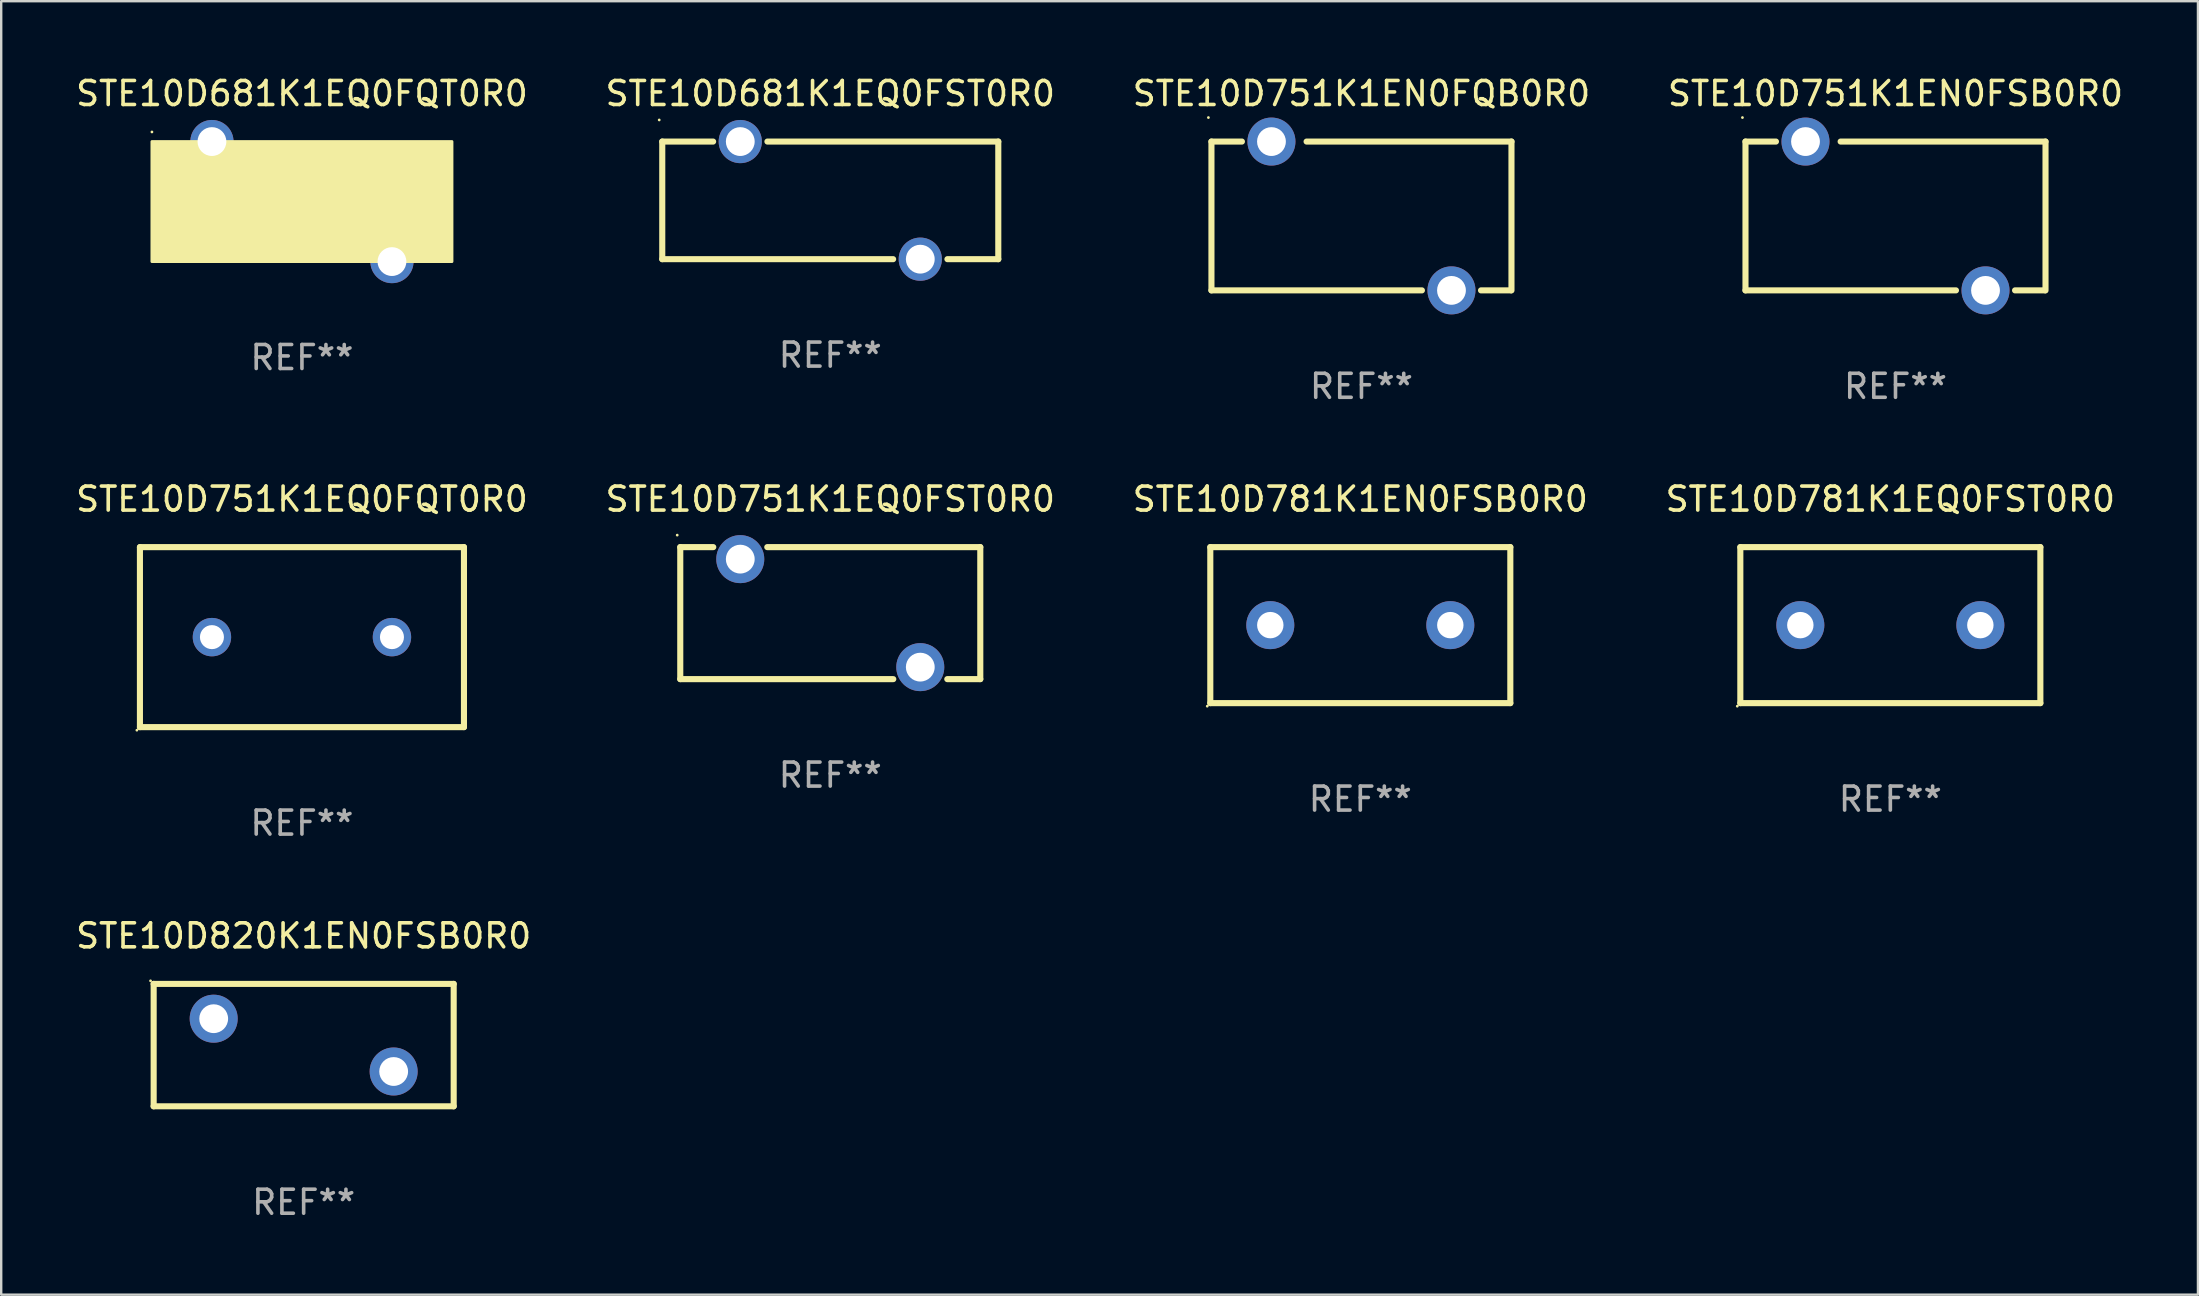
<source format=kicad_pcb>
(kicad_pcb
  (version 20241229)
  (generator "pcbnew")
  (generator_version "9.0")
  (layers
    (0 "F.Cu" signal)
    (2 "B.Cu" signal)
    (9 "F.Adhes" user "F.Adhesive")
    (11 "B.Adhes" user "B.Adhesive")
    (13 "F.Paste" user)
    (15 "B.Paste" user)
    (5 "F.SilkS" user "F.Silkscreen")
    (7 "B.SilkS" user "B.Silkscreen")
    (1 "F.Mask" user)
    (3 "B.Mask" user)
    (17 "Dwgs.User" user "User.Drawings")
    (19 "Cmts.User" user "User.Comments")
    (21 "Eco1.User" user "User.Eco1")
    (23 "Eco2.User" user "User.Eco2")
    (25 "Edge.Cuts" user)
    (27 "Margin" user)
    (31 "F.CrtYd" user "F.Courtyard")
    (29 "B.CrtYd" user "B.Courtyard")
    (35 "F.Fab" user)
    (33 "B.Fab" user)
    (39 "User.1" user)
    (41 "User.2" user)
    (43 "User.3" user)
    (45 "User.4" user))
  (footprint "STE10D751K1EN0FSB0R0"
    (layer "F.Cu")
    (at 75.923 5.948)
    (property "Reference" "STE10D751K1EN0FSB0R0" (at 0 -5.1 0) (layer "F.SilkS") (effects (font (size 1 1) (thickness 0.15))))
    (attr through_hole)
    (fp_line (start -6.25 -3.1) (end -6.25 3.1) (stroke (width 0.254) (type solid)) (layer "F.SilkS"))
    (fp_line (start -6.25 -3.1) (end -4.981 -3.1) (stroke (width 0.254) (type solid)) (layer "F.SilkS"))
    (fp_line (start -6.25 3.1) (end 2.519 3.1) (stroke (width 0.254) (type solid)) (layer "F.SilkS"))
    (fp_line (start 4.981 3.1) (end 6.223 3.1) (stroke (width 0.254) (type solid)) (layer "F.SilkS"))
    (fp_line (start 6.25 -3.1) (end -2.286 -3.1) (stroke (width 0.254) (type solid)) (layer "F.SilkS"))
    (fp_line (start 6.25 -3.1) (end 6.25 3.1) (stroke (width 0.254) (type solid)) (layer "F.SilkS"))
    (fp_circle (center -6.377 -4.1) (end -6.347 -4.1) (stroke (width 0.06) (type solid)) (fill no) (layer "F.SilkS"))
    (fp_text user "REF**" (at 0 7.1 0) (layer "F.Fab") (effects (font (size 1 1) (thickness 0.15))))
    (pad "1" thru_hole circle (at -3.75 -3.1) (size 2 2) (drill 1.2) (layers "*.Cu" "*.Mask"))
    (pad "2" thru_hole circle (at 3.75 3.1) (size 2 2) (drill 1.2) (layers "*.Cu" "*.Mask")))
  (footprint "STE10D751K1EQ0FST0R0"
    (layer "F.Cu")
    (at 31.542 22.495)
    (property "Reference" "STE10D751K1EQ0FST0R0" (at 0 -4.75 0) (layer "F.SilkS") (effects (font (size 1 1) (thickness 0.15))))
    (attr through_hole)
    (fp_line (start -6.25 -2.75) (end -4.875 -2.75) (stroke (width 0.254) (type solid)) (layer "F.SilkS"))
    (fp_line (start -6.25 2.75) (end -6.25 -2.75) (stroke (width 0.254) (type solid)) (layer "F.SilkS"))
    (fp_line (start -6.25 2.75) (end 2.625 2.75) (stroke (width 0.254) (type solid)) (layer "F.SilkS"))
    (fp_line (start -2.625 -2.75) (end 6.25 -2.75) (stroke (width 0.254) (type solid)) (layer "F.SilkS"))
    (fp_line (start 4.875 2.75) (end 6.25 2.75) (stroke (width 0.254) (type solid)) (layer "F.SilkS"))
    (fp_line (start 6.25 -2.75) (end 6.25 2.75) (stroke (width 0.254) (type solid)) (layer "F.SilkS"))
    (fp_circle (center -6.377 -3.25) (end -6.347 -3.25) (stroke (width 0.06) (type solid)) (fill no) (layer "F.SilkS"))
    (fp_text user "REF**" (at 0 6.75 0) (layer "F.Fab") (effects (font (size 1 1) (thickness 0.15))))
    (pad "1" thru_hole circle (at -3.75 -2.25) (size 2 2) (drill 1.2) (layers "*.Cu" "*.Mask"))
    (pad "2" thru_hole circle (at 3.75 2.25) (size 2 2) (drill 1.2) (layers "*.Cu" "*.Mask")))
  (footprint "STE10D751K1EQ0FQT0R0"
    (layer "F.Cu")
    (at 9.53 23.495)
    (property "Reference" "STE10D751K1EQ0FQT0R0" (at 0 -5.75 0) (layer "F.SilkS") (effects (font (size 1 1) (thickness 0.15))))
    (attr through_hole)
    (fp_line (start -6.75 -3.75) (end 6.75 -3.75) (stroke (width 0.254) (type solid)) (layer "F.SilkS"))
    (fp_line (start -6.75 3.75) (end -6.75 -3.75) (stroke (width 0.254) (type solid)) (layer "F.SilkS"))
    (fp_line (start 6.75 -3.75) (end 6.75 3.75) (stroke (width 0.254) (type solid)) (layer "F.SilkS"))
    (fp_line (start 6.75 3.75) (end -6.75 3.75) (stroke (width 0.254) (type solid)) (layer "F.SilkS"))
    (fp_circle (center -6.877 3.877) (end -6.847 3.877) (stroke (width 0.06) (type solid)) (fill no) (layer "F.SilkS"))
    (fp_text user "REF**" (at 0 7.75 0) (layer "F.Fab") (effects (font (size 1 1) (thickness 0.15))))
    (pad "1" thru_hole circle (at -3.75 0) (size 1.6 1.6) (drill 1) (layers "*.Cu" "*.Mask"))
    (pad "2" thru_hole circle (at 3.75 0) (size 1.6 1.6) (drill 1) (layers "*.Cu" "*.Mask")))
  (footprint "STE10D751K1EN0FQB0R0"
    (layer "F.Cu")
    (at 53.673 5.948)
    (property "Reference" "STE10D751K1EN0FQB0R0" (at 0 -5.1 0) (layer "F.SilkS") (effects (font (size 1 1) (thickness 0.15))))
    (attr through_hole)
    (fp_line (start -6.25 -3.1) (end -6.25 3.1) (stroke (width 0.254) (type solid)) (layer "F.SilkS"))
    (fp_line (start -6.25 -3.1) (end -4.981 -3.1) (stroke (width 0.254) (type solid)) (layer "F.SilkS"))
    (fp_line (start -6.25 3.1) (end 2.519 3.1) (stroke (width 0.254) (type solid)) (layer "F.SilkS"))
    (fp_line (start 4.981 3.1) (end 6.223 3.1) (stroke (width 0.254) (type solid)) (layer "F.SilkS"))
    (fp_line (start 6.25 -3.1) (end -2.286 -3.1) (stroke (width 0.254) (type solid)) (layer "F.SilkS"))
    (fp_line (start 6.25 -3.1) (end 6.25 3.1) (stroke (width 0.254) (type solid)) (layer "F.SilkS"))
    (fp_circle (center -6.377 -4.1) (end -6.347 -4.1) (stroke (width 0.06) (type solid)) (fill no) (layer "F.SilkS"))
    (fp_text user "REF**" (at 0 7.1 0) (layer "F.Fab") (effects (font (size 1 1) (thickness 0.15))))
    (pad "1" thru_hole circle (at -3.75 -3.1) (size 2 2) (drill 1.2) (layers "*.Cu" "*.Mask"))
    (pad "2" thru_hole circle (at 3.75 3.1) (size 2 2) (drill 1.2) (layers "*.Cu" "*.Mask")))
  (footprint "STE10D681K1EQ0FQT0R0"
    (layer "F.Cu")
    (at 9.53 5.348)
    (property "Reference" "STE10D681K1EQ0FQT0R0" (at 0 -4.5 0) (layer "F.SilkS") (effects (font (size 1 1) (thickness 0.15))))
    (attr through_hole)
    (fp_circle (center -6.25 -2.9) (end -6.22 -2.9) (stroke (width 0.06) (type solid)) (fill no) (layer "F.SilkS"))
    (fp_poly (pts (xy -6.25 -2.5) (xy 6.25 -2.5) (xy 6.25 2.5) (xy -6.25 2.5)) (stroke (width 0.12) (type solid)) (fill yes) (layer "F.SilkS"))
    (fp_text user "REF**" (at 0 6.5 0) (layer "F.Fab") (effects (font (size 1 1) (thickness 0.15))))
    (pad "1" thru_hole circle (at -3.75 -2.5) (size 1.8 1.8) (drill 1.2) (layers "*.Cu" "*.Mask"))
    (pad "2" thru_hole circle (at 3.75 2.5) (size 1.8 1.8) (drill 1.2) (layers "*.Cu" "*.Mask")))
  (footprint "STE10D820K1EN0FSB0R0"
    (layer "F.Cu")
    (at 9.601 40.492)
    (property "Reference" "STE10D820K1EN0FSB0R0" (at 0 -4.55 0) (layer "F.SilkS") (effects (font (size 1 1) (thickness 0.15))))
    (attr through_hole)
    (fp_line (start -6.249 -2.55) (end 6.251 -2.55) (stroke (width 0.254) (type solid)) (layer "F.SilkS"))
    (fp_line (start -6.249 2.55) (end -6.249 -2.55) (stroke (width 0.254) (type solid)) (layer "F.SilkS"))
    (fp_line (start 6.251 -2.55) (end 6.251 2.55) (stroke (width 0.254) (type solid)) (layer "F.SilkS"))
    (fp_line (start 6.251 2.55) (end -6.251 2.55) (stroke (width 0.254) (type solid)) (layer "F.SilkS"))
    (fp_circle (center -6.378 -2.677) (end -6.348 -2.677) (stroke (width 0.06) (type solid)) (fill no) (layer "F.SilkS"))
    (fp_text user "REF**" (at 0 6.55 0) (layer "F.Fab") (effects (font (size 1 1) (thickness 0.15))))
    (pad "1" thru_hole circle (at -3.748 -1.1) (size 2 2) (drill 1.2) (layers "*.Cu" "*.Mask"))
    (pad "2" thru_hole circle (at 3.75 1.1) (size 2 2) (drill 1.2) (layers "*.Cu" "*.Mask")))
  (footprint "STE10D681K1EQ0FST0R0"
    (layer "F.Cu")
    (at 31.542 5.298)
    (property "Reference" "STE10D681K1EQ0FST0R0" (at 0 -4.45 0) (layer "F.SilkS") (effects (font (size 1 1) (thickness 0.15))))
    (attr through_hole)
    (fp_line (start -7 -2.45) (end -4.881 -2.45) (stroke (width 0.254) (type solid)) (layer "F.SilkS"))
    (fp_line (start -7 2.45) (end -7 -2.45) (stroke (width 0.254) (type solid)) (layer "F.SilkS"))
    (fp_line (start -7 2.45) (end 2.619 2.45) (stroke (width 0.254) (type solid)) (layer "F.SilkS"))
    (fp_line (start -2.619 -2.45) (end 7 -2.45) (stroke (width 0.254) (type solid)) (layer "F.SilkS"))
    (fp_line (start 4.881 2.45) (end 7 2.45) (stroke (width 0.254) (type solid)) (layer "F.SilkS"))
    (fp_line (start 7 -2.45) (end 7 2.45) (stroke (width 0.254) (type solid)) (layer "F.SilkS"))
    (fp_circle (center -7.127 -3.35) (end -7.097 -3.35) (stroke (width 0.06) (type solid)) (fill no) (layer "F.SilkS"))
    (fp_text user "REF**" (at 0 6.45 0) (layer "F.Fab") (effects (font (size 1 1) (thickness 0.15))))
    (pad "1" thru_hole circle (at -3.75 -2.45) (size 1.8 1.8) (drill 1.2) (layers "*.Cu" "*.Mask"))
    (pad "2" thru_hole circle (at 3.75 2.45) (size 1.8 1.8) (drill 1.2) (layers "*.Cu" "*.Mask")))
  (footprint "STE10D781K1EQ0FST0R0"
    (layer "F.Cu")
    (at 75.708 22.995)
    (property "Reference" "STE10D781K1EQ0FST0R0" (at 0 -5.25 0) (layer "F.SilkS") (effects (font (size 1 1) (thickness 0.15))))
    (attr through_hole)
    (fp_line (start -6.25 -3.25) (end -6.25 3.25) (stroke (width 0.254) (type solid)) (layer "F.SilkS"))
    (fp_line (start -6.25 -3.25) (end 6.25 -3.25) (stroke (width 0.254) (type solid)) (layer "F.SilkS"))
    (fp_line (start -6.25 3.25) (end 6.25 3.25) (stroke (width 0.254) (type solid)) (layer "F.SilkS"))
    (fp_line (start 6.25 -3.25) (end 6.25 3.25) (stroke (width 0.254) (type solid)) (layer "F.SilkS"))
    (fp_circle (center -6.377 3.377) (end -6.347 3.377) (stroke (width 0.06) (type solid)) (fill no) (layer "F.SilkS"))
    (fp_text user "REF**" (at 0 7.25 0) (layer "F.Fab") (effects (font (size 1 1) (thickness 0.15))))
    (pad "1" thru_hole circle (at -3.75 0.000013) (size 2 2) (drill 1.1) (layers "*.Cu" "*.Mask"))
    (pad "2" thru_hole circle (at 3.75 0.000013) (size 2 2) (drill 1.1) (layers "*.Cu" "*.Mask")))
  (footprint "STE10D781K1EN0FSB0R0"
    (layer "F.Cu")
    (at 53.625 22.995)
    (property "Reference" "STE10D781K1EN0FSB0R0" (at 0 -5.25 0) (layer "F.SilkS") (effects (font (size 1 1) (thickness 0.15))))
    (attr through_hole)
    (fp_line (start -6.25 -3.25) (end -6.25 3.25) (stroke (width 0.254) (type solid)) (layer "F.SilkS"))
    (fp_line (start -6.25 -3.25) (end 6.25 -3.25) (stroke (width 0.254) (type solid)) (layer "F.SilkS"))
    (fp_line (start -6.25 3.25) (end 6.25 3.25) (stroke (width 0.254) (type solid)) (layer "F.SilkS"))
    (fp_line (start 6.25 -3.25) (end 6.25 3.25) (stroke (width 0.254) (type solid)) (layer "F.SilkS"))
    (fp_circle (center -6.377 3.377) (end -6.347 3.377) (stroke (width 0.06) (type solid)) (fill no) (layer "F.SilkS"))
    (fp_text user "REF**" (at 0 7.25 0) (layer "F.Fab") (effects (font (size 1 1) (thickness 0.15))))
    (pad "1" thru_hole circle (at -3.75 0.000013) (size 2 2) (drill 1.1) (layers "*.Cu" "*.Mask"))
    (pad "2" thru_hole circle (at 3.75 0.000013) (size 2 2) (drill 1.1) (layers "*.Cu" "*.Mask")))
  (gr_rect
    (start -3 -3)
    (end 88.524 50.89)
    (stroke (width 0.1) (type default))
    (fill no)
    (layer "Edge.Cuts")))
</source>
